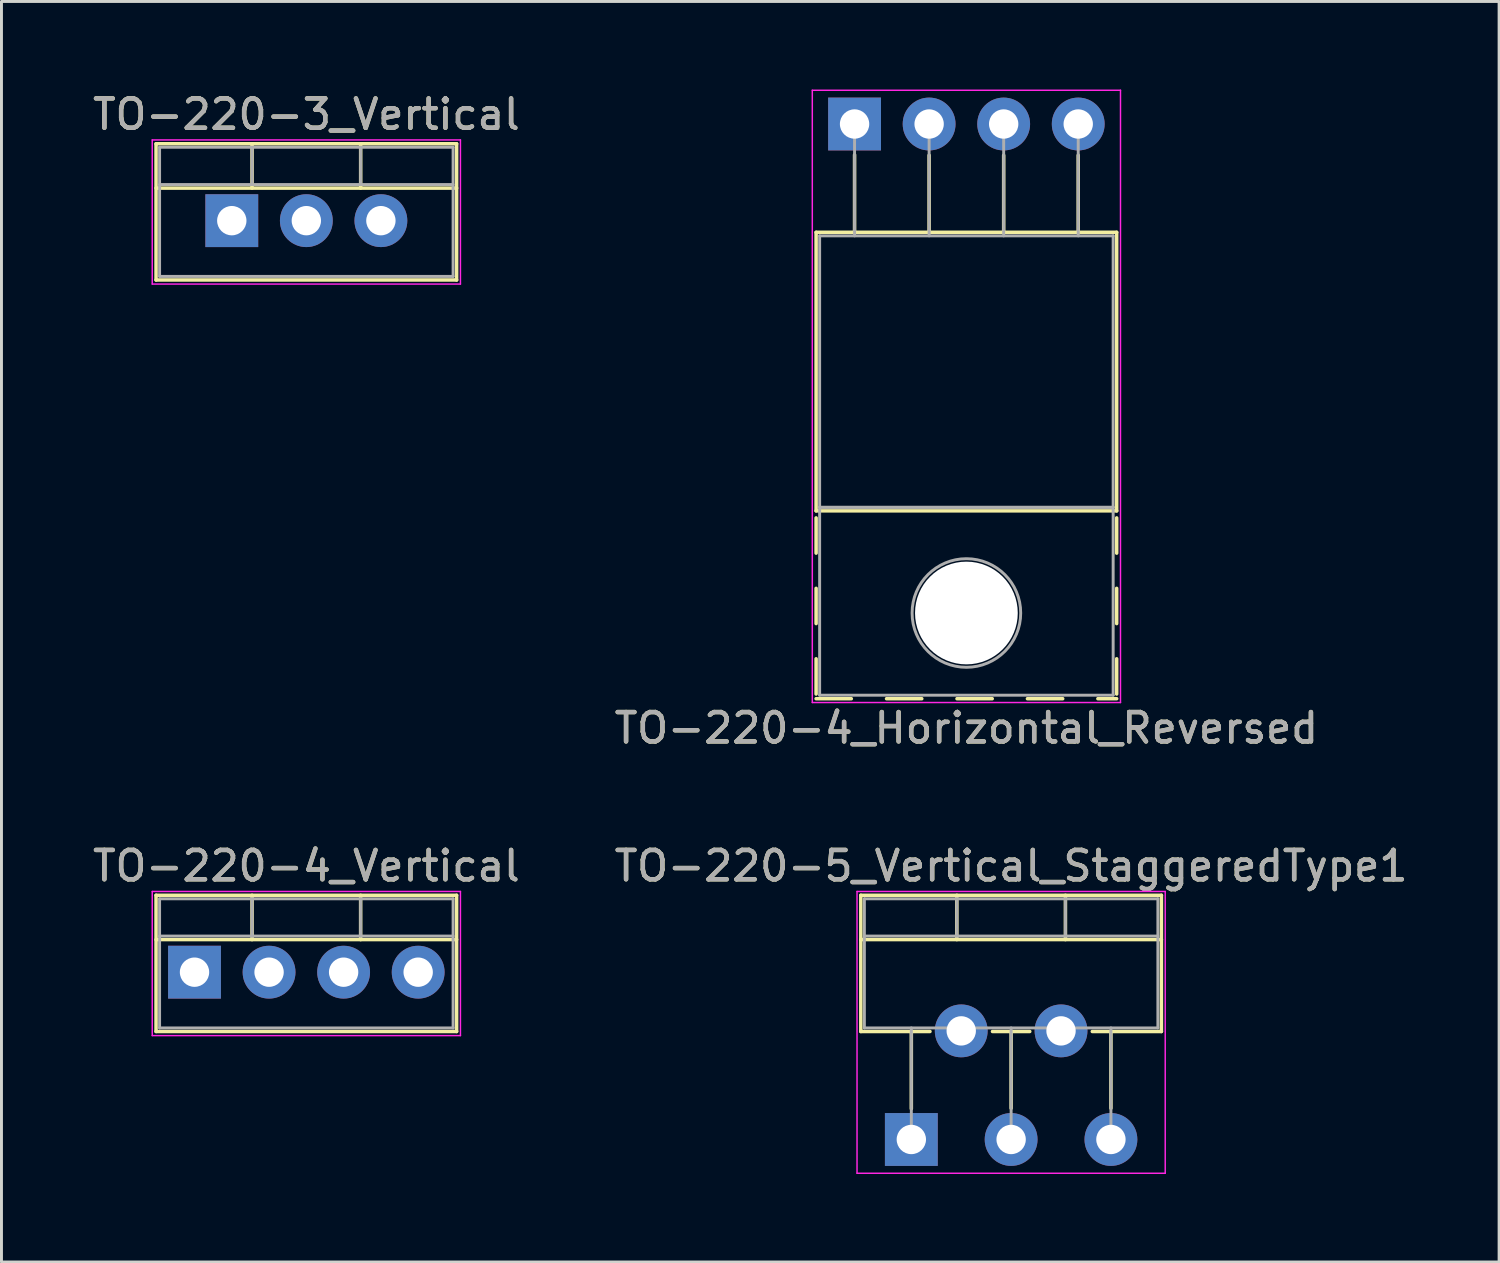
<source format=kicad_pcb>
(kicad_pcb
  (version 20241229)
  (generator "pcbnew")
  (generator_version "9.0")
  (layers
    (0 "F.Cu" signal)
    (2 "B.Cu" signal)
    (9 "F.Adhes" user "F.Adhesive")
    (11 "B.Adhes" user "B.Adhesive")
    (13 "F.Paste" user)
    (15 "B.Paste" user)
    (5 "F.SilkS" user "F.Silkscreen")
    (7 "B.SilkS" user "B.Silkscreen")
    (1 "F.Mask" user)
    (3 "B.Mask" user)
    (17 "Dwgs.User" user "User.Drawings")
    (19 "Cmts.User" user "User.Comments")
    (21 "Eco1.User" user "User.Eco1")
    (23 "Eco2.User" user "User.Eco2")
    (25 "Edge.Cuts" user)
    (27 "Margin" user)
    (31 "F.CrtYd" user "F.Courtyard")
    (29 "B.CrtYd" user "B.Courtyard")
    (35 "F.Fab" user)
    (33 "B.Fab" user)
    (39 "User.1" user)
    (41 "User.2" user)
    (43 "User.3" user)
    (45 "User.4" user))
  (footprint "TO-220-3_Vertical"
    (layer "F.Cu")
    (at 4.847 4.468)
    (property "Reference" "TO-220-3_Vertical" (at 2.54 -3.62 0) (layer "F.SilkS") (effects (font (size 1 1) (thickness 0.15))))
    (attr through_hole)
    (fp_line (start -2.58 -2.62) (end -2.58 2.021) (stroke (width 0.12) (type solid)) (layer "F.SilkS"))
    (fp_line (start -2.58 -2.62) (end 7.66 -2.62) (stroke (width 0.12) (type solid)) (layer "F.SilkS"))
    (fp_line (start -2.58 -1.11) (end 7.66 -1.11) (stroke (width 0.12) (type solid)) (layer "F.SilkS"))
    (fp_line (start -2.58 2.021) (end 7.66 2.021) (stroke (width 0.12) (type solid)) (layer "F.SilkS"))
    (fp_line (start 0.69 -2.62) (end 0.69 -1.11) (stroke (width 0.12) (type solid)) (layer "F.SilkS"))
    (fp_line (start 4.391 -2.62) (end 4.391 -1.11) (stroke (width 0.12) (type solid)) (layer "F.SilkS"))
    (fp_line (start 7.66 -2.62) (end 7.66 2.021) (stroke (width 0.12) (type solid)) (layer "F.SilkS"))
    (fp_line (start -2.71 -2.75) (end -2.71 2.16) (stroke (width 0.05) (type solid)) (layer "F.CrtYd"))
    (fp_line (start -2.71 2.16) (end 7.79 2.16) (stroke (width 0.05) (type solid)) (layer "F.CrtYd"))
    (fp_line (start 7.79 -2.75) (end -2.71 -2.75) (stroke (width 0.05) (type solid)) (layer "F.CrtYd"))
    (fp_line (start 7.79 2.16) (end 7.79 -2.75) (stroke (width 0.05) (type solid)) (layer "F.CrtYd"))
    (fp_line (start -2.46 -2.5) (end -2.46 1.9) (stroke (width 0.1) (type solid)) (layer "F.Fab"))
    (fp_line (start -2.46 -1.23) (end 7.54 -1.23) (stroke (width 0.1) (type solid)) (layer "F.Fab"))
    (fp_line (start -2.46 1.9) (end 7.54 1.9) (stroke (width 0.1) (type solid)) (layer "F.Fab"))
    (fp_line (start 0.69 -2.5) (end 0.69 -1.23) (stroke (width 0.1) (type solid)) (layer "F.Fab"))
    (fp_line (start 4.39 -2.5) (end 4.39 -1.23) (stroke (width 0.1) (type solid)) (layer "F.Fab"))
    (fp_line (start 7.54 -2.5) (end -2.46 -2.5) (stroke (width 0.1) (type solid)) (layer "F.Fab"))
    (fp_line (start 7.54 1.9) (end 7.54 -2.5) (stroke (width 0.1) (type solid)) (layer "F.Fab"))
    (fp_text user "${REFERENCE}" (at 2.54 -3.62 0) (layer "F.Fab") (effects (font (size 1 1) (thickness 0.15))))
    (pad "1" thru_hole rect (at 0 0) (size 1.8 1.8) (drill 1) (layers "*.Cu" "*.Mask"))
    (pad "2" thru_hole oval (at 2.54 0) (size 1.8 1.8) (drill 1) (layers "*.Cu" "*.Mask"))
    (pad "3" thru_hole oval (at 5.08 0) (size 1.8 1.8) (drill 1) (layers "*.Cu" "*.Mask")))
  (footprint "TO-220-4_Vertical"
    (layer "F.Cu")
    (at 3.577 30.072)
    (property "Reference" "TO-220-4_Vertical" (at 3.81 -3.62 0) (layer "F.SilkS") (effects (font (size 1 1) (thickness 0.15))))
    (attr through_hole)
    (fp_line (start -1.31 -2.62) (end -1.31 2.021) (stroke (width 0.12) (type solid)) (layer "F.SilkS"))
    (fp_line (start -1.31 -2.62) (end 8.93 -2.62) (stroke (width 0.12) (type solid)) (layer "F.SilkS"))
    (fp_line (start -1.31 -1.11) (end 8.93 -1.11) (stroke (width 0.12) (type solid)) (layer "F.SilkS"))
    (fp_line (start -1.31 2.021) (end 8.93 2.021) (stroke (width 0.12) (type solid)) (layer "F.SilkS"))
    (fp_line (start 1.96 -2.62) (end 1.96 -1.11) (stroke (width 0.12) (type solid)) (layer "F.SilkS"))
    (fp_line (start 5.66 -2.62) (end 5.66 -1.11) (stroke (width 0.12) (type solid)) (layer "F.SilkS"))
    (fp_line (start 8.93 -2.62) (end 8.93 2.021) (stroke (width 0.12) (type solid)) (layer "F.SilkS"))
    (fp_line (start -1.44 -2.75) (end -1.44 2.16) (stroke (width 0.05) (type solid)) (layer "F.CrtYd"))
    (fp_line (start -1.44 2.16) (end 9.06 2.16) (stroke (width 0.05) (type solid)) (layer "F.CrtYd"))
    (fp_line (start 9.06 -2.75) (end -1.44 -2.75) (stroke (width 0.05) (type solid)) (layer "F.CrtYd"))
    (fp_line (start 9.06 2.16) (end 9.06 -2.75) (stroke (width 0.05) (type solid)) (layer "F.CrtYd"))
    (fp_line (start -1.19 -2.5) (end -1.19 1.9) (stroke (width 0.1) (type solid)) (layer "F.Fab"))
    (fp_line (start -1.19 -1.23) (end 8.81 -1.23) (stroke (width 0.1) (type solid)) (layer "F.Fab"))
    (fp_line (start -1.19 1.9) (end 8.81 1.9) (stroke (width 0.1) (type solid)) (layer "F.Fab"))
    (fp_line (start 1.96 -2.5) (end 1.96 -1.23) (stroke (width 0.1) (type solid)) (layer "F.Fab"))
    (fp_line (start 5.66 -2.5) (end 5.66 -1.23) (stroke (width 0.1) (type solid)) (layer "F.Fab"))
    (fp_line (start 8.81 -2.5) (end -1.19 -2.5) (stroke (width 0.1) (type solid)) (layer "F.Fab"))
    (fp_line (start 8.81 1.9) (end 8.81 -2.5) (stroke (width 0.1) (type solid)) (layer "F.Fab"))
    (fp_text user "${REFERENCE}" (at 3.81 -3.62 0) (layer "F.Fab") (effects (font (size 1 1) (thickness 0.15))))
    (pad "1" thru_hole rect (at 0 0) (size 1.8 1.8) (drill 1) (layers "*.Cu" "*.Mask"))
    (pad "2" thru_hole oval (at 2.54 0) (size 1.8 1.8) (drill 1) (layers "*.Cu" "*.Mask"))
    (pad "3" thru_hole oval (at 5.08 0) (size 1.8 1.8) (drill 1) (layers "*.Cu" "*.Mask"))
    (pad "4" thru_hole oval (at 7.62 0) (size 1.8 1.8) (drill 1) (layers "*.Cu" "*.Mask")))
  (footprint "TO-220-5_Vertical_StaggeredType1"
    (layer "F.Cu")
    (at 27.999 35.772)
    (property "Reference" "TO-220-5_Vertical_StaggeredType1" (at 3.4 -9.32 0) (layer "F.SilkS") (effects (font (size 1 1) (thickness 0.15))))
    (attr through_hole)
    (fp_line (start -1.721 -8.32) (end -1.721 -3.679) (stroke (width 0.12) (type solid)) (layer "F.SilkS"))
    (fp_line (start -1.721 -8.32) (end 8.52 -8.32) (stroke (width 0.12) (type solid)) (layer "F.SilkS"))
    (fp_line (start -1.721 -6.811) (end 8.52 -6.811) (stroke (width 0.12) (type solid)) (layer "F.SilkS"))
    (fp_line (start -1.721 -3.679) (end 0.635 -3.679) (stroke (width 0.12) (type solid)) (layer "F.SilkS"))
    (fp_line (start 0 -3.679) (end 0 -1.049) (stroke (width 0.12) (type solid)) (layer "F.SilkS"))
    (fp_line (start 1.55 -8.32) (end 1.55 -6.811) (stroke (width 0.12) (type solid)) (layer "F.SilkS"))
    (fp_line (start 2.765 -3.679) (end 4.035 -3.679) (stroke (width 0.12) (type solid)) (layer "F.SilkS"))
    (fp_line (start 3.4 -3.679) (end 3.4 -1.065) (stroke (width 0.12) (type solid)) (layer "F.SilkS"))
    (fp_line (start 5.25 -8.32) (end 5.25 -6.811) (stroke (width 0.12) (type solid)) (layer "F.SilkS"))
    (fp_line (start 6.165 -3.679) (end 8.52 -3.679) (stroke (width 0.12) (type solid)) (layer "F.SilkS"))
    (fp_line (start 6.8 -3.679) (end 6.8 -1.065) (stroke (width 0.12) (type solid)) (layer "F.SilkS"))
    (fp_line (start 8.52 -8.32) (end 8.52 -3.679) (stroke (width 0.12) (type solid)) (layer "F.SilkS"))
    (fp_line (start -1.85 -8.45) (end -1.85 1.15) (stroke (width 0.05) (type solid)) (layer "F.CrtYd"))
    (fp_line (start -1.85 1.15) (end 8.65 1.15) (stroke (width 0.05) (type solid)) (layer "F.CrtYd"))
    (fp_line (start 8.65 -8.45) (end -1.85 -8.45) (stroke (width 0.05) (type solid)) (layer "F.CrtYd"))
    (fp_line (start 8.65 1.15) (end 8.65 -8.45) (stroke (width 0.05) (type solid)) (layer "F.CrtYd"))
    (fp_line (start -1.6 -8.2) (end -1.6 -3.8) (stroke (width 0.1) (type solid)) (layer "F.Fab"))
    (fp_line (start -1.6 -6.93) (end 8.4 -6.93) (stroke (width 0.1) (type solid)) (layer "F.Fab"))
    (fp_line (start -1.6 -3.8) (end 8.4 -3.8) (stroke (width 0.1) (type solid)) (layer "F.Fab"))
    (fp_line (start 0 -3.8) (end 0 0) (stroke (width 0.1) (type solid)) (layer "F.Fab"))
    (fp_line (start 1.55 -8.2) (end 1.55 -6.93) (stroke (width 0.1) (type solid)) (layer "F.Fab"))
    (fp_line (start 1.7 -3.8) (end 1.7 -3.7) (stroke (width 0.1) (type solid)) (layer "F.Fab"))
    (fp_line (start 3.4 -3.8) (end 3.4 0) (stroke (width 0.1) (type solid)) (layer "F.Fab"))
    (fp_line (start 5.1 -3.8) (end 5.1 -3.7) (stroke (width 0.1) (type solid)) (layer "F.Fab"))
    (fp_line (start 5.25 -8.2) (end 5.25 -6.93) (stroke (width 0.1) (type solid)) (layer "F.Fab"))
    (fp_line (start 6.8 -3.8) (end 6.8 0) (stroke (width 0.1) (type solid)) (layer "F.Fab"))
    (fp_line (start 8.4 -8.2) (end -1.6 -8.2) (stroke (width 0.1) (type solid)) (layer "F.Fab"))
    (fp_line (start 8.4 -3.8) (end 8.4 -8.2) (stroke (width 0.1) (type solid)) (layer "F.Fab"))
    (fp_text user "${REFERENCE}" (at 3.4 -9.32 0) (layer "F.Fab") (effects (font (size 1 1) (thickness 0.15))))
    (pad "1" thru_hole rect (at 0 0) (size 1.8 1.8) (drill 1) (layers "*.Cu" "*.Mask"))
    (pad "2" thru_hole oval (at 1.7 -3.7) (size 1.8 1.8) (drill 1) (layers "*.Cu" "*.Mask"))
    (pad "3" thru_hole oval (at 3.4 0) (size 1.8 1.8) (drill 1) (layers "*.Cu" "*.Mask"))
    (pad "4" thru_hole oval (at 5.1 -3.7) (size 1.8 1.8) (drill 1) (layers "*.Cu" "*.Mask"))
    (pad "5" thru_hole oval (at 6.8 0) (size 1.8 1.8) (drill 1) (layers "*.Cu" "*.Mask")))
  (footprint "TO-220-4_Horizontal_Reversed"
    (layer "F.Cu")
    (at 26.065 1.175)
    (property "Reference" "TO-220-4_Horizontal_Reversed" (at 3.81 20.58 0) (layer "F.SilkS") (effects (font (size 1 1) (thickness 0.15))))
    (attr through_hole)
    (fp_line (start -1.31 3.69) (end -1.31 13.18) (stroke (width 0.12) (type solid)) (layer "F.SilkS"))
    (fp_line (start -1.31 3.69) (end 8.93 3.69) (stroke (width 0.12) (type solid)) (layer "F.SilkS"))
    (fp_line (start -1.31 13.18) (end 8.93 13.18) (stroke (width 0.12) (type solid)) (layer "F.SilkS"))
    (fp_line (start -1.31 13.42) (end -1.31 14.62) (stroke (width 0.12) (type solid)) (layer "F.SilkS"))
    (fp_line (start -1.31 15.82) (end -1.31 17.02) (stroke (width 0.12) (type solid)) (layer "F.SilkS"))
    (fp_line (start -1.31 18.22) (end -1.31 19.42) (stroke (width 0.12) (type solid)) (layer "F.SilkS"))
    (fp_line (start -1.31 19.58) (end -0.111 19.58) (stroke (width 0.12) (type solid)) (layer "F.SilkS"))
    (fp_line (start 0 1.05) (end 0 3.69) (stroke (width 0.12) (type solid)) (layer "F.SilkS"))
    (fp_line (start 1.09 19.58) (end 2.29 19.58) (stroke (width 0.12) (type solid)) (layer "F.SilkS"))
    (fp_line (start 2.54 1.066) (end 2.54 3.69) (stroke (width 0.12) (type solid)) (layer "F.SilkS"))
    (fp_line (start 3.49 19.58) (end 4.69 19.58) (stroke (width 0.12) (type solid)) (layer "F.SilkS"))
    (fp_line (start 5.08 1.066) (end 5.08 3.69) (stroke (width 0.12) (type solid)) (layer "F.SilkS"))
    (fp_line (start 5.89 19.58) (end 7.091 19.58) (stroke (width 0.12) (type solid)) (layer "F.SilkS"))
    (fp_line (start 7.62 1.066) (end 7.62 3.69) (stroke (width 0.12) (type solid)) (layer "F.SilkS"))
    (fp_line (start 8.29 19.58) (end 8.93 19.58) (stroke (width 0.12) (type solid)) (layer "F.SilkS"))
    (fp_line (start 8.93 3.69) (end 8.93 13.18) (stroke (width 0.12) (type solid)) (layer "F.SilkS"))
    (fp_line (start 8.93 13.42) (end 8.93 14.62) (stroke (width 0.12) (type solid)) (layer "F.SilkS"))
    (fp_line (start 8.93 15.82) (end 8.93 17.02) (stroke (width 0.12) (type solid)) (layer "F.SilkS"))
    (fp_line (start 8.93 18.22) (end 8.93 19.42) (stroke (width 0.12) (type solid)) (layer "F.SilkS"))
    (fp_line (start -1.44 -1.15) (end -1.44 19.71) (stroke (width 0.05) (type solid)) (layer "F.CrtYd"))
    (fp_line (start -1.44 19.71) (end 9.06 19.71) (stroke (width 0.05) (type solid)) (layer "F.CrtYd"))
    (fp_line (start 9.06 -1.15) (end -1.44 -1.15) (stroke (width 0.05) (type solid)) (layer "F.CrtYd"))
    (fp_line (start 9.06 19.71) (end 9.06 -1.15) (stroke (width 0.05) (type solid)) (layer "F.CrtYd"))
    (fp_line (start -1.19 3.81) (end -1.19 13.06) (stroke (width 0.1) (type solid)) (layer "F.Fab"))
    (fp_line (start -1.19 13.06) (end -1.19 19.46) (stroke (width 0.1) (type solid)) (layer "F.Fab"))
    (fp_line (start -1.19 13.06) (end 8.81 13.06) (stroke (width 0.1) (type solid)) (layer "F.Fab"))
    (fp_line (start -1.19 19.46) (end 8.81 19.46) (stroke (width 0.1) (type solid)) (layer "F.Fab"))
    (fp_line (start 0 3.81) (end 0 0) (stroke (width 0.1) (type solid)) (layer "F.Fab"))
    (fp_line (start 2.54 3.81) (end 2.54 0) (stroke (width 0.1) (type solid)) (layer "F.Fab"))
    (fp_line (start 5.08 3.81) (end 5.08 0) (stroke (width 0.1) (type solid)) (layer "F.Fab"))
    (fp_line (start 7.62 3.81) (end 7.62 0) (stroke (width 0.1) (type solid)) (layer "F.Fab"))
    (fp_line (start 8.81 3.81) (end -1.19 3.81) (stroke (width 0.1) (type solid)) (layer "F.Fab"))
    (fp_line (start 8.81 13.06) (end -1.19 13.06) (stroke (width 0.1) (type solid)) (layer "F.Fab"))
    (fp_line (start 8.81 13.06) (end 8.81 3.81) (stroke (width 0.1) (type solid)) (layer "F.Fab"))
    (fp_line (start 8.81 19.46) (end 8.81 13.06) (stroke (width 0.1) (type solid)) (layer "F.Fab"))
    (fp_circle (center 3.81 16.66) (end 5.66 16.66) (stroke (width 0.1) (type solid)) (fill no) (layer "F.Fab"))
    (fp_text user "${REFERENCE}" (at 3.81 20.58 0) (layer "F.Fab") (effects (font (size 1 1) (thickness 0.15))))
    (pad "" np_thru_hole oval (at 3.81 16.66) (size 3.5 3.5) (drill 3.5) (layers "*.Cu" "*.Mask"))
    (pad "1" thru_hole rect (at 0 0) (size 1.8 1.8) (drill 1) (layers "*.Cu" "*.Mask"))
    (pad "2" thru_hole oval (at 2.54 0) (size 1.8 1.8) (drill 1) (layers "*.Cu" "*.Mask"))
    (pad "3" thru_hole oval (at 5.08 0) (size 1.8 1.8) (drill 1) (layers "*.Cu" "*.Mask"))
    (pad "4" thru_hole oval (at 7.62 0) (size 1.8 1.8) (drill 1) (layers "*.Cu" "*.Mask")))
  (gr_rect
    (start -3 -3)
    (end 48.024 39.947)
    (stroke (width 0.1) (type default))
    (fill no)
    (layer "Edge.Cuts")))
</source>
